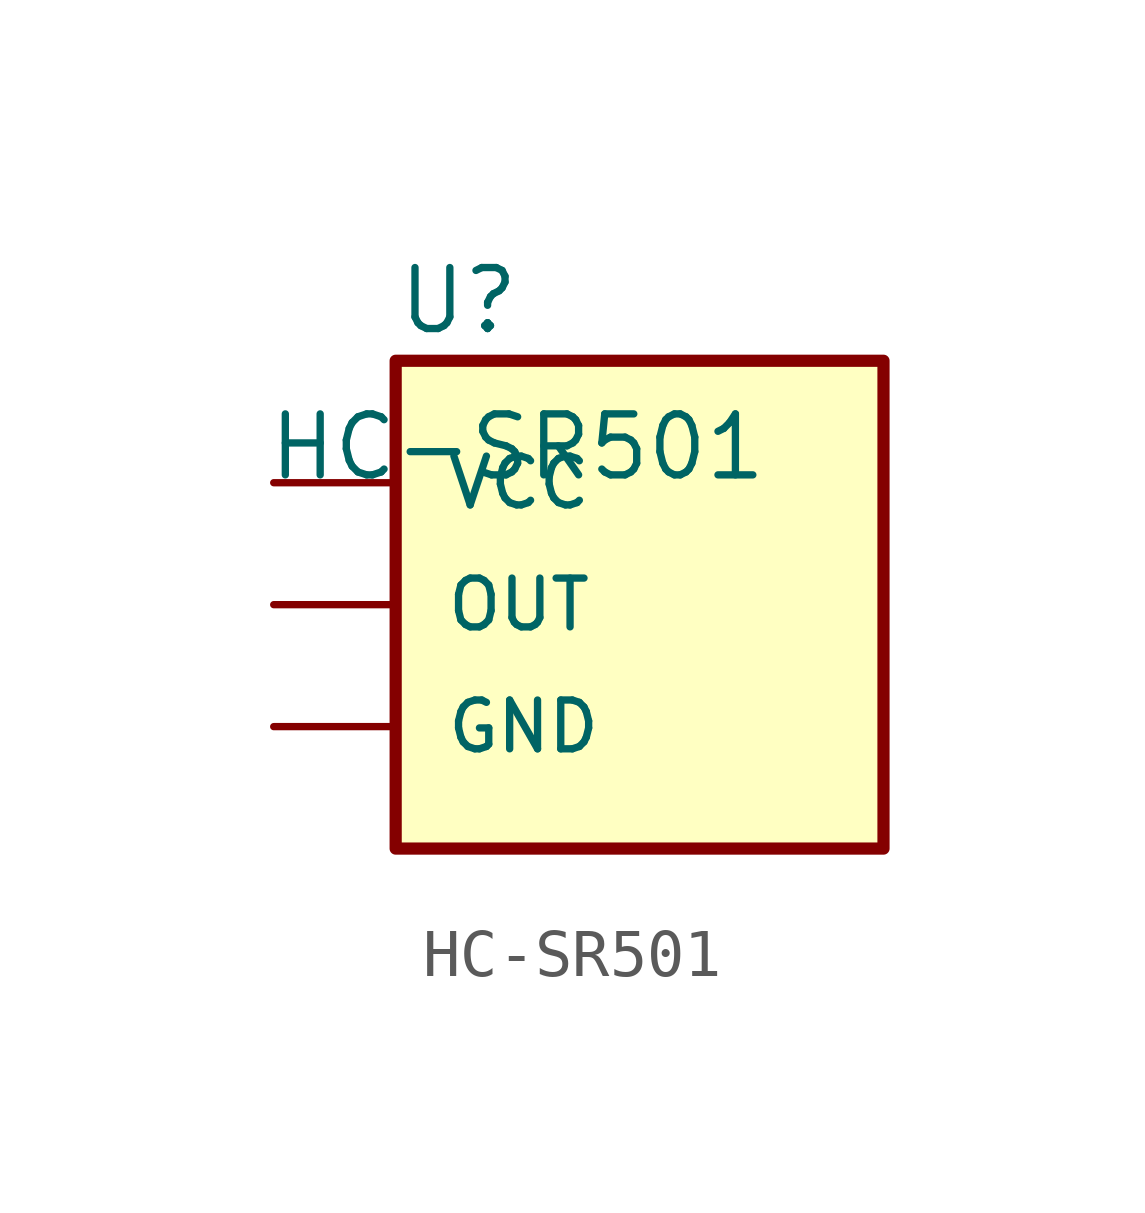
<source format=kicad_sym>
(kicad_symbol_lib
  (version 20211014)
  (generator kicad_symbol_editor)
  (symbol "HC-SR501"
    (pin_names
      (offset 1.016))
    (property "Reference" "U"
      (at -2.54 3.048 0)
      (effects (font (size 1.27 1.27)) (justify bottom left)))
    (property "Value" "HC-SR501"
      (at 0 0.0 0)
      (effects (font (size 1.27 1.27)) (justify bottom)))
    (symbol "HC-SR501_0_0"
      (rectangle (start -2.54 -7.62) (end 7.62 2.54) (stroke (width 0.254)) (fill (type background)))
      (pin bidirectional line (at -5.08 0.0 0) (length 2.54) (name "VCC" (effects (font (size 1.016 1.016)))) (number "~" (effects (font (size 1.016 1.016)))))
      (pin bidirectional line (at -5.08 -2.54 0) (length 2.54) (name "OUT" (effects (font (size 1.016 1.016)))) (number "~" (effects (font (size 1.016 1.016)))))
      (pin bidirectional line (at -5.08 -5.08 0) (length 2.54) (name "GND" (effects (font (size 1.016 1.016)))) (number "~" (effects (font (size 1.016 1.016))))))))
</source>
